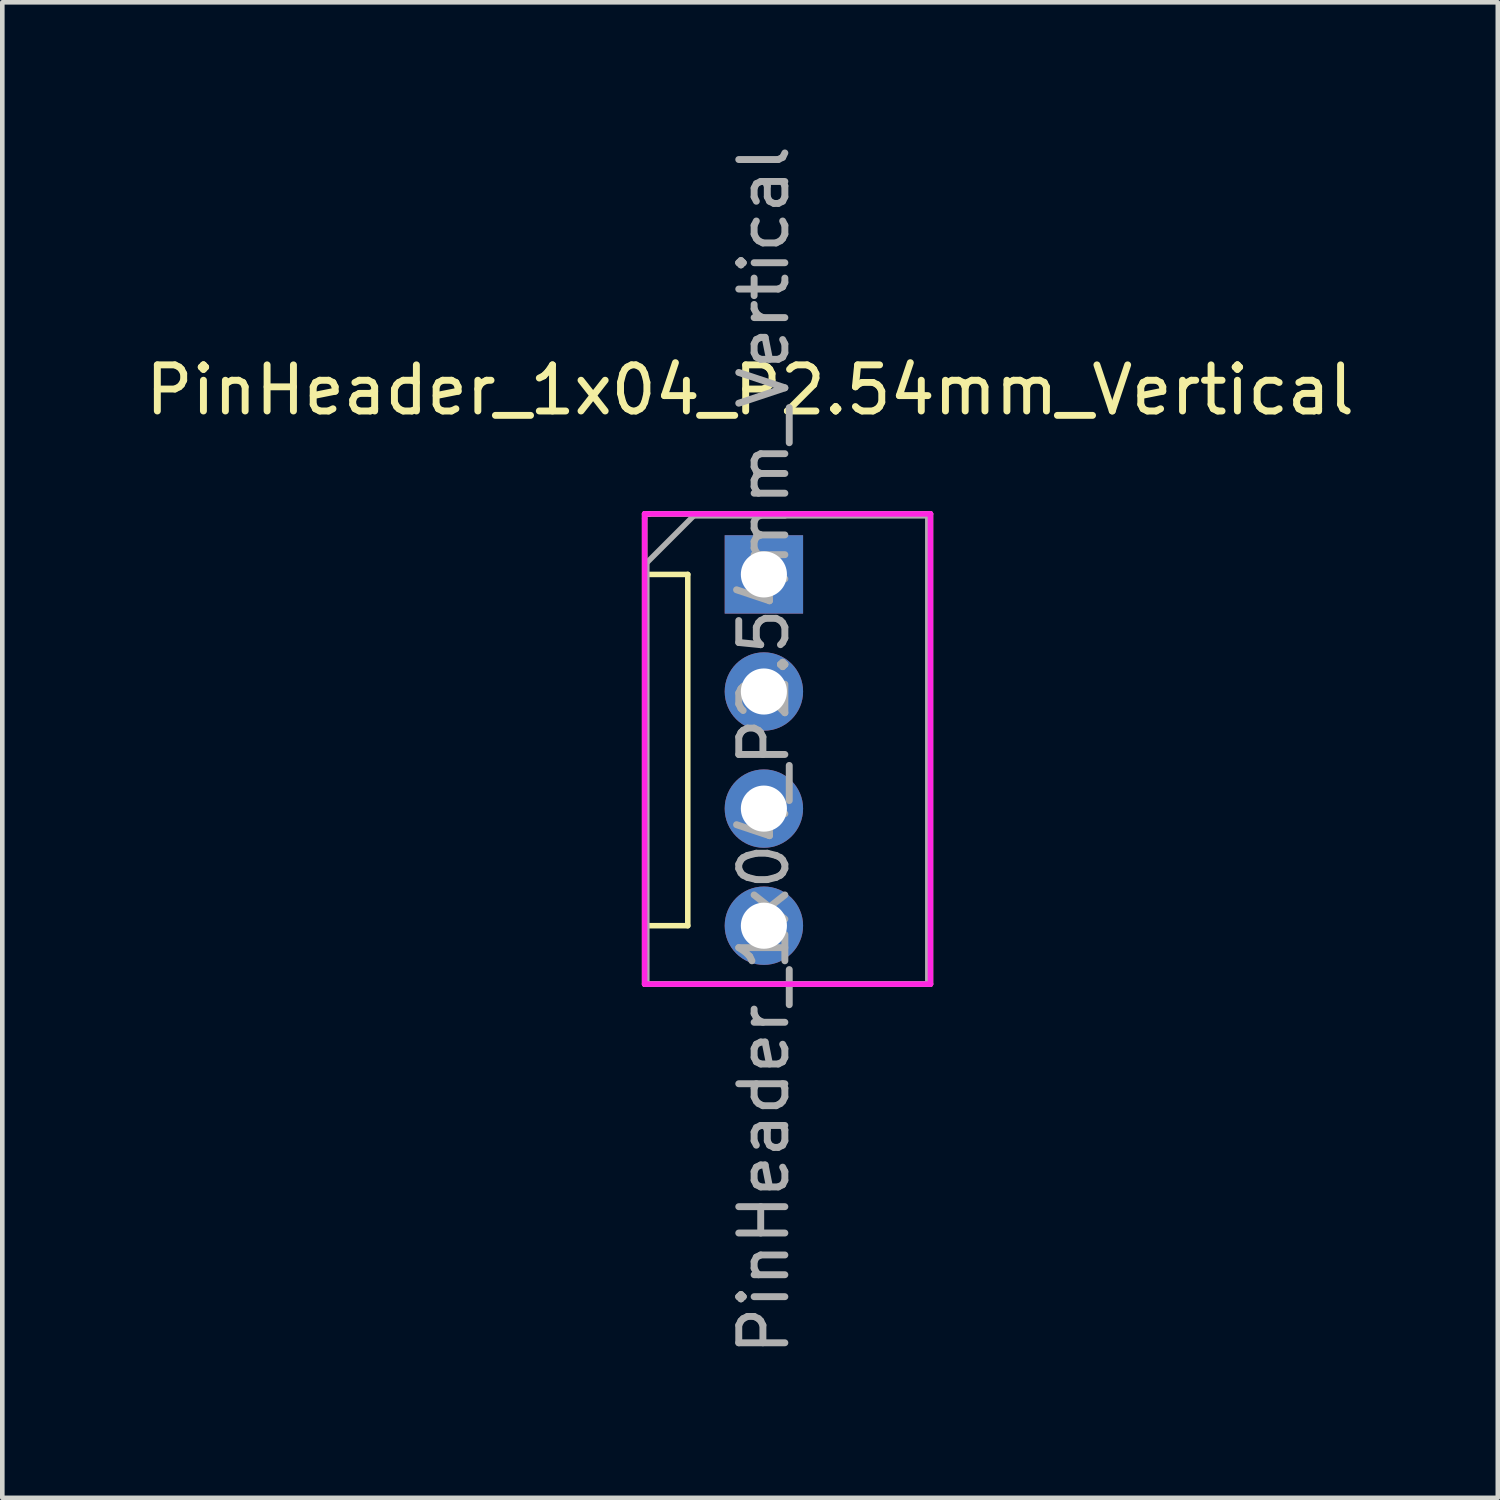
<source format=kicad_pcb>
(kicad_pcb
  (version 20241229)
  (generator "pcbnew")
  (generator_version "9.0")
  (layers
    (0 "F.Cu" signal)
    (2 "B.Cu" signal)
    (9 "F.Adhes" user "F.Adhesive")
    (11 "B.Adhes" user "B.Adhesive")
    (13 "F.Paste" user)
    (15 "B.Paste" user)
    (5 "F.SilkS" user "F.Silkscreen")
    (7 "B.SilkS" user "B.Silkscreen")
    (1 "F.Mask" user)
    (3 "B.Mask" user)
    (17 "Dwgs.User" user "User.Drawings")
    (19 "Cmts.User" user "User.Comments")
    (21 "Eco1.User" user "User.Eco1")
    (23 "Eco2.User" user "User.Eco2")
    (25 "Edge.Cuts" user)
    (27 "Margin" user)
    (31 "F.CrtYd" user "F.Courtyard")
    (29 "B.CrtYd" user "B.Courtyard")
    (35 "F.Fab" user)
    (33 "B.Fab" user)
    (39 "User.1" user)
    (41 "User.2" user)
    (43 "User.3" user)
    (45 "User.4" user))
  (footprint "PinHeader_1x04_P2.54mm_Vertical"
    (layer "F.Cu")
    (at 13.52 9.41)
    (property "Reference" "PinHeader_1x04_P2.54mm_Vertical" (at -0.3 -4 0) (layer "F.SilkS") (effects (font (size 1 1) (thickness 0.15))))
    (attr through_hole)
    (fp_line (start -2.587 8.887) (end -2.587 -1.313) (stroke (width 0.12) (type solid)) (layer "F.SilkS"))
    (fp_line (start -2.54 0) (end -1.651 0) (stroke (width 0.12) (type solid)) (layer "F.SilkS"))
    (fp_line (start -2.487 -1.313) (end -2.587 -1.313) (stroke (width 0.12) (type solid)) (layer "F.SilkS"))
    (fp_line (start -2.487 -1.313) (end 3.613 -1.313) (stroke (width 0.12) (type solid)) (layer "F.SilkS"))
    (fp_line (start -1.651 0) (end -1.651 7.62) (stroke (width 0.12) (type solid)) (layer "F.SilkS"))
    (fp_line (start -1.651 7.62) (end -2.54 7.62) (stroke (width 0.12) (type solid)) (layer "F.SilkS"))
    (fp_line (start 3.613 -1.313) (end 3.613 8.887) (stroke (width 0.12) (type solid)) (layer "F.SilkS"))
    (fp_line (start 3.613 8.887) (end -2.587 8.887) (stroke (width 0.12) (type solid)) (layer "F.SilkS"))
    (fp_line (start -2.587 -1.313) (end 3.613 -1.313) (stroke (width 0.12) (type solid)) (layer "F.CrtYd"))
    (fp_line (start -2.587 -1.213) (end -2.587 -1.313) (stroke (width 0.12) (type solid)) (layer "F.CrtYd"))
    (fp_line (start -2.587 8.887) (end -2.587 -1.213) (stroke (width 0.12) (type solid)) (layer "F.CrtYd"))
    (fp_line (start 3.613 -1.313) (end 3.613 8.887) (stroke (width 0.12) (type solid)) (layer "F.CrtYd"))
    (fp_line (start 3.613 8.887) (end -2.587 8.887) (stroke (width 0.12) (type solid)) (layer "F.CrtYd"))
    (fp_line (start -2.54 -0.254) (end -2.54 8.89) (stroke (width 0.12) (type solid)) (layer "F.Fab"))
    (fp_line (start -2.54 -0.254) (end -1.524 -1.27) (stroke (width 0.12) (type solid)) (layer "F.Fab"))
    (fp_line (start -2.54 8.89) (end 3.556 8.89) (stroke (width 0.12) (type solid)) (layer "F.Fab"))
    (fp_line (start 3.556 -1.27) (end -1.524 -1.27) (stroke (width 0.12) (type solid)) (layer "F.Fab"))
    (fp_line (start 3.556 8.89) (end 3.556 -1.27) (stroke (width 0.12) (type solid)) (layer "F.Fab"))
    (fp_text user "${REFERENCE}" (at 0 3.81 90) (layer "F.Fab") (effects (font (size 1 1) (thickness 0.15))))
    (pad "1" thru_hole rect (at 0 0) (size 1.7 1.7) (drill 1) (layers "*.Cu" "*.Mask"))
    (pad "2" thru_hole oval (at 0 2.54) (size 1.7 1.7) (drill 1) (layers "*.Cu" "*.Mask"))
    (pad "3" thru_hole oval (at 0 5.08) (size 1.7 1.7) (drill 1) (layers "*.Cu" "*.Mask"))
    (pad "4" thru_hole oval (at 0 7.62) (size 1.7 1.7) (drill 1) (layers "*.Cu" "*.Mask")))
  (gr_rect
    (start -3 -3)
    (end 29.44 29.44)
    (stroke (width 0.1) (type default))
    (fill no)
    (layer "Edge.Cuts")))
</source>
